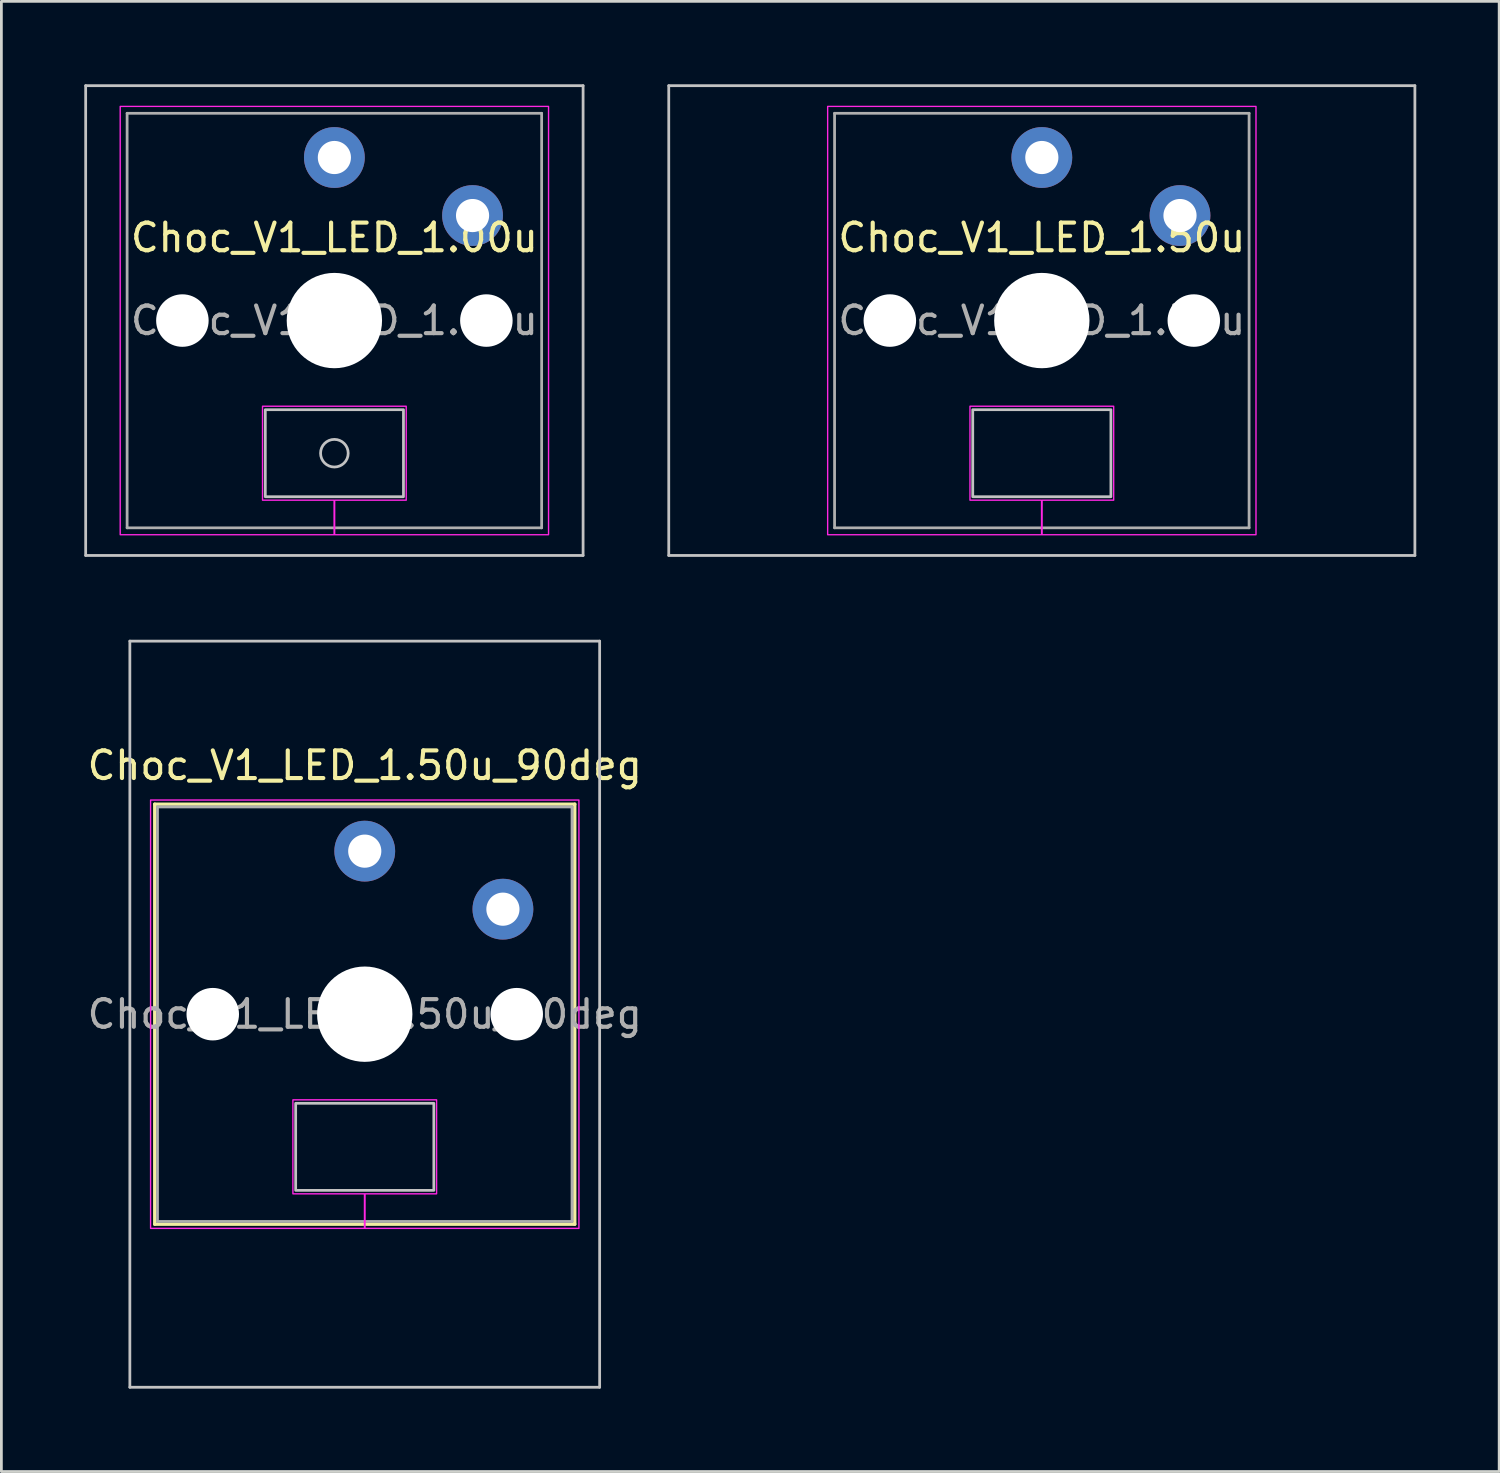
<source format=kicad_pcb>
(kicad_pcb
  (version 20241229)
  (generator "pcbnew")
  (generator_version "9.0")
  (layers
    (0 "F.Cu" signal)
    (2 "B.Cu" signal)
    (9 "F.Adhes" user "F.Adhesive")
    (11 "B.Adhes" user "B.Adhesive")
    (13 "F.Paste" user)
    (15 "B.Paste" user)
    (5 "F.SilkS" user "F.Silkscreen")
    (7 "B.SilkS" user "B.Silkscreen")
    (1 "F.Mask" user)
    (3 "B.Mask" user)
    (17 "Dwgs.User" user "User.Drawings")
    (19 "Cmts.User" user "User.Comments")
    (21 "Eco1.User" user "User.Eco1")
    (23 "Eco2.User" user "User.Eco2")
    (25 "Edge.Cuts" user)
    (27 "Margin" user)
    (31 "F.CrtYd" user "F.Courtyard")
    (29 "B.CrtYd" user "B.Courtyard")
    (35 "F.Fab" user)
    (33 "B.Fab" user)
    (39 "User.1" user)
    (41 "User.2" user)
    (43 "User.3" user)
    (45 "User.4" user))
  (footprint "Choc_V1_LED_1.50u_90deg"
    (layer "F.Cu")
    (at 10.149 33.65)
    (property "Reference" "Choc_V1_LED_1.50u_90deg" (at 0 -9 0) (layer "F.SilkS") (effects (font (size 1 1) (thickness 0.15))))
    (attr through_hole)
    (fp_line (start -7.6 -7.6) (end -7.6 7.6) (stroke (width 0.12) (type solid)) (layer "F.SilkS"))
    (fp_line (start -7.6 7.6) (end 7.6 7.6) (stroke (width 0.12) (type solid)) (layer "F.SilkS"))
    (fp_line (start 7.6 -7.6) (end -7.6 -7.6) (stroke (width 0.12) (type solid)) (layer "F.SilkS"))
    (fp_line (start 7.6 7.6) (end 7.6 -7.6) (stroke (width 0.12) (type solid)) (layer "F.SilkS"))
    (fp_line (start -8.5 -13.5) (end 8.5 -13.5) (stroke (width 0.1) (type solid)) (layer "Dwgs.User"))
    (fp_line (start -8.5 13.5) (end -8.5 -13.5) (stroke (width 0.1) (type solid)) (layer "Dwgs.User"))
    (fp_line (start 8.5 -13.5) (end 8.5 13.5) (stroke (width 0.1) (type solid)) (layer "Dwgs.User"))
    (fp_line (start 8.5 13.5) (end -8.5 13.5) (stroke (width 0.1) (type solid)) (layer "Dwgs.User"))
    (fp_rect (start -2.5 3.225) (end 2.5 6.375) (stroke (width 0.1) (type default)) (fill no) (layer "Dwgs.User"))
    (fp_line (start -7.25 -7.25) (end -7.25 7.25) (stroke (width 0.1) (type solid)) (layer "Eco1.User"))
    (fp_line (start -7.25 7.25) (end 7.25 7.25) (stroke (width 0.1) (type solid)) (layer "Eco1.User"))
    (fp_line (start 7.25 -7.25) (end -7.25 -7.25) (stroke (width 0.1) (type solid)) (layer "Eco1.User"))
    (fp_line (start 7.25 7.25) (end 7.25 -7.25) (stroke (width 0.1) (type solid)) (layer "Eco1.User"))
    (fp_poly (pts (xy -7.75 7.75) (xy -7.75 -7.75) (xy 7.75 -7.75) (xy 7.75 7.75) (xy 0.01 7.75) (xy 0.01 6.5) (xy 2.6 6.5) (xy 2.6 3.1) (xy -2.6 3.1) (xy -2.6 6.5) (xy -0.01 6.5) (xy -0.01 7.75)) (stroke (width 0.05) (type solid)) (fill no) (layer "F.CrtYd"))
    (fp_line (start -7.5 -7.5) (end -7.5 7.5) (stroke (width 0.1) (type solid)) (layer "F.Fab"))
    (fp_line (start -7.5 7.5) (end 7.5 7.5) (stroke (width 0.1) (type solid)) (layer "F.Fab"))
    (fp_line (start 7.5 -7.5) (end -7.5 -7.5) (stroke (width 0.1) (type solid)) (layer "F.Fab"))
    (fp_line (start 7.5 7.5) (end 7.5 -7.5) (stroke (width 0.1) (type solid)) (layer "F.Fab"))
    (fp_text user "${REFERENCE}" (at 0 0 0) (layer "F.Fab") (effects (font (size 1 1) (thickness 0.15))))
    (pad "" np_thru_hole circle (at -5.5 0) (size 1.9 1.9) (drill 1.9) (layers "*.Cu" "*.Mask"))
    (pad "" np_thru_hole circle (at 0 0) (size 3.45 3.45) (drill 3.45) (layers "*.Cu" "*.Mask"))
    (pad "" np_thru_hole circle (at 5.5 0) (size 1.9 1.9) (drill 1.9) (layers "*.Cu" "*.Mask"))
    (pad "1" thru_hole circle (at 0 -5.9) (size 2.2 2.2) (drill 1.2) (layers "*.Cu" "*.Mask"))
    (pad "2" thru_hole circle (at 5 -3.8) (size 2.2 2.2) (drill 1.2) (layers "*.Cu" "*.Mask")))
  (footprint "Choc_V1_LED_1.50u"
    (layer "F.Cu")
    (at 34.65 8.55)
    (property "Reference" "Choc_V1_LED_1.50u" (at 0 -3 0) (layer "F.SilkS") (effects (font (size 1 1) (thickness 0.15))))
    (attr through_hole)
    (fp_line (start -13.5 -8.5) (end -13.5 8.5) (stroke (width 0.1) (type solid)) (layer "Dwgs.User"))
    (fp_line (start -13.5 8.5) (end 13.5 8.5) (stroke (width 0.1) (type solid)) (layer "Dwgs.User"))
    (fp_line (start 13.5 -8.5) (end -13.5 -8.5) (stroke (width 0.1) (type solid)) (layer "Dwgs.User"))
    (fp_line (start 13.5 8.5) (end 13.5 -8.5) (stroke (width 0.1) (type solid)) (layer "Dwgs.User"))
    (fp_rect (start -2.5 3.225) (end 2.5 6.375) (stroke (width 0.1) (type default)) (fill no) (layer "Dwgs.User"))
    (fp_line (start -7.25 -7.25) (end -7.25 7.25) (stroke (width 0.1) (type solid)) (layer "Eco1.User"))
    (fp_line (start -7.25 7.25) (end 7.25 7.25) (stroke (width 0.1) (type solid)) (layer "Eco1.User"))
    (fp_line (start 7.25 -7.25) (end -7.25 -7.25) (stroke (width 0.1) (type solid)) (layer "Eco1.User"))
    (fp_line (start 7.25 7.25) (end 7.25 -7.25) (stroke (width 0.1) (type solid)) (layer "Eco1.User"))
    (fp_poly (pts (xy -7.75 7.75) (xy -7.75 -7.75) (xy 7.75 -7.75) (xy 7.75 7.75) (xy 0.01 7.75) (xy 0.01 6.5) (xy 2.6 6.5) (xy 2.6 3.1) (xy -2.6 3.1) (xy -2.6 6.5) (xy -0.01 6.5) (xy -0.01 7.75)) (stroke (width 0.05) (type solid)) (fill no) (layer "F.CrtYd"))
    (fp_line (start -7.5 -7.5) (end -7.5 7.5) (stroke (width 0.1) (type solid)) (layer "F.Fab"))
    (fp_line (start -7.5 7.5) (end 7.5 7.5) (stroke (width 0.1) (type solid)) (layer "F.Fab"))
    (fp_line (start 7.5 -7.5) (end -7.5 -7.5) (stroke (width 0.1) (type solid)) (layer "F.Fab"))
    (fp_line (start 7.5 7.5) (end 7.5 -7.5) (stroke (width 0.1) (type solid)) (layer "F.Fab"))
    (fp_text user "${REFERENCE}" (at 0 0 0) (layer "F.Fab") (effects (font (size 1 1) (thickness 0.15))))
    (pad "" np_thru_hole circle (at -5.5 0) (size 1.9 1.9) (drill 1.9) (layers "*.Cu" "*.Mask"))
    (pad "" np_thru_hole circle (at 0 0) (size 3.45 3.45) (drill 3.45) (layers "*.Cu" "*.Mask"))
    (pad "" np_thru_hole circle (at 5.5 0) (size 1.9 1.9) (drill 1.9) (layers "*.Cu" "*.Mask"))
    (pad "1" thru_hole circle (at 0 -5.9) (size 2.2 2.2) (drill 1.2) (layers "*.Cu" "*.Mask"))
    (pad "2" thru_hole circle (at 5 -3.8) (size 2.2 2.2) (drill 1.2) (layers "*.Cu" "*.Mask")))
  (footprint "Choc_V1_LED_1.00u"
    (layer "F.Cu")
    (at 9.05 8.55)
    (property "Reference" "Choc_V1_LED_1.00u" (at 0 -3 0) (layer "F.SilkS") (effects (font (size 1 1) (thickness 0.15))))
    (attr through_hole)
    (fp_line (start -9 -8.5) (end -9 8.5) (stroke (width 0.1) (type solid)) (layer "Dwgs.User"))
    (fp_line (start -9 8.5) (end 9 8.5) (stroke (width 0.1) (type solid)) (layer "Dwgs.User"))
    (fp_line (start 9 -8.5) (end -9 -8.5) (stroke (width 0.1) (type solid)) (layer "Dwgs.User"))
    (fp_line (start 9 8.5) (end 9 -8.5) (stroke (width 0.1) (type solid)) (layer "Dwgs.User"))
    (fp_rect (start -2.5 3.225) (end 2.5 6.375) (stroke (width 0.1) (type solid)) (fill no) (layer "Dwgs.User"))
    (fp_circle (center 0 4.8) (end 0.5 4.8) (stroke (width 0.1) (type default)) (fill no) (layer "Dwgs.User"))
    (fp_line (start -7.25 -7.25) (end -7.25 7.25) (stroke (width 0.1) (type solid)) (layer "Eco1.User"))
    (fp_line (start -7.25 7.25) (end 7.25 7.25) (stroke (width 0.1) (type solid)) (layer "Eco1.User"))
    (fp_line (start 7.25 -7.25) (end -7.25 -7.25) (stroke (width 0.1) (type solid)) (layer "Eco1.User"))
    (fp_line (start 7.25 7.25) (end 7.25 -7.25) (stroke (width 0.1) (type solid)) (layer "Eco1.User"))
    (fp_poly (pts (xy -7.75 7.75) (xy -7.75 -7.75) (xy 7.75 -7.75) (xy 7.75 7.75) (xy 0.01 7.75) (xy 0.01 6.5) (xy 2.6 6.5) (xy 2.6 3.1) (xy -2.6 3.1) (xy -2.6 6.5) (xy -0.01 6.5) (xy -0.01 7.75)) (stroke (width 0.05) (type solid)) (fill no) (layer "F.CrtYd"))
    (fp_line (start -7.5 -7.5) (end -7.5 7.5) (stroke (width 0.1) (type solid)) (layer "F.Fab"))
    (fp_line (start -7.5 7.5) (end 7.5 7.5) (stroke (width 0.1) (type solid)) (layer "F.Fab"))
    (fp_line (start 7.5 -7.5) (end -7.5 -7.5) (stroke (width 0.1) (type solid)) (layer "F.Fab"))
    (fp_line (start 7.5 7.5) (end 7.5 -7.5) (stroke (width 0.1) (type solid)) (layer "F.Fab"))
    (fp_text user "${REFERENCE}" (at 0 0 0) (layer "F.Fab") (effects (font (size 1 1) (thickness 0.15))))
    (pad "" np_thru_hole circle (at -5.5 0) (size 1.9 1.9) (drill 1.9) (layers "*.Cu" "*.Mask"))
    (pad "" np_thru_hole circle (at 0 0) (size 3.45 3.45) (drill 3.45) (layers "*.Cu" "*.Mask"))
    (pad "" np_thru_hole circle (at 5.5 0) (size 1.9 1.9) (drill 1.9) (layers "*.Cu" "*.Mask"))
    (pad "1" thru_hole circle (at 0 -5.9) (size 2.2 2.2) (drill 1.2) (layers "*.Cu" "*.Mask"))
    (pad "2" thru_hole circle (at 5 -3.8) (size 2.2 2.2) (drill 1.2) (layers "*.Cu" "*.Mask")))
  (gr_rect
    (start -3 -3)
    (end 51.2 50.2)
    (stroke (width 0.1) (type default))
    (fill no)
    (layer "Edge.Cuts")))
</source>
